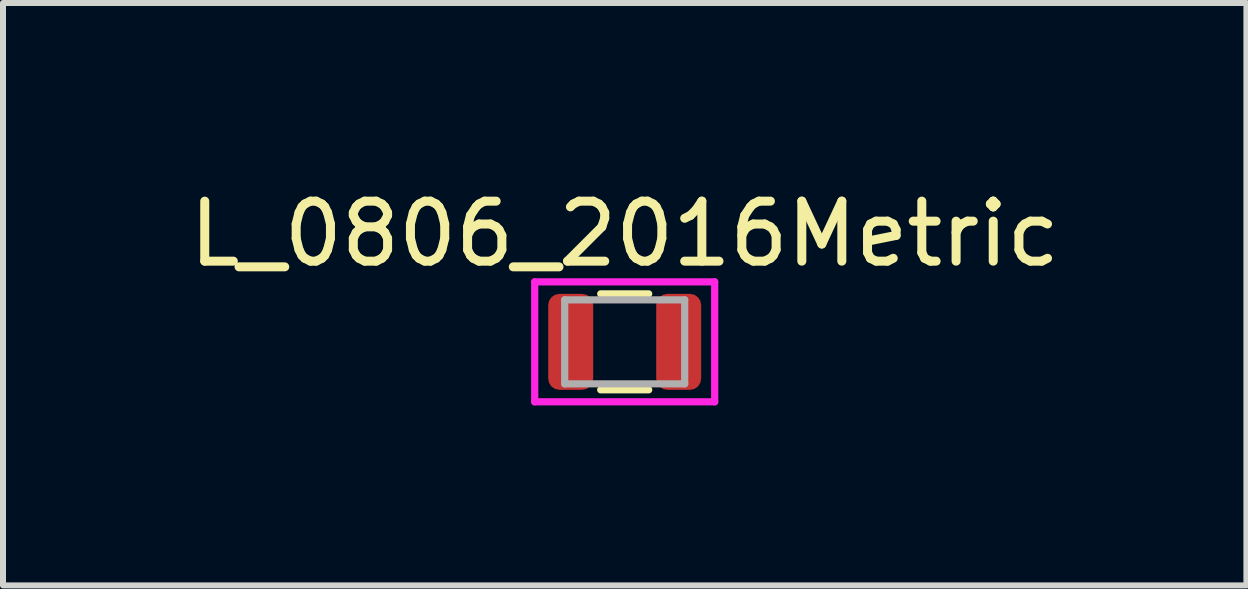
<source format=kicad_pcb>
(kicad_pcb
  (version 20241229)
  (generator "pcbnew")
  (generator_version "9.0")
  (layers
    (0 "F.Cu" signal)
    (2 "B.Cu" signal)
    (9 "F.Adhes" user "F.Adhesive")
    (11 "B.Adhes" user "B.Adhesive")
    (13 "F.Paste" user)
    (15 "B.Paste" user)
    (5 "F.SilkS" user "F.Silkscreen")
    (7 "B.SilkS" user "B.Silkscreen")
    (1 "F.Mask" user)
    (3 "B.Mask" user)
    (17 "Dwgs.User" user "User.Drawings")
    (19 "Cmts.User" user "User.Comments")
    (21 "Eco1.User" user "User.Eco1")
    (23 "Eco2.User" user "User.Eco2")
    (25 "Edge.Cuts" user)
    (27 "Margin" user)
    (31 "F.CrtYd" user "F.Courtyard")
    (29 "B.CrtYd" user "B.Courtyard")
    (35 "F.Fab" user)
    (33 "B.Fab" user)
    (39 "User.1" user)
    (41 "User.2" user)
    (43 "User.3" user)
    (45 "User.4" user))
  (footprint "L_0806_2016Metric"
    (layer "F.Cu")
    (at 7.363 2.648)
    (property "Reference" "L_0806_2016Metric" (at 0 -1.8 0) (layer "F.SilkS") (effects (font (size 1 1) (thickness 0.15))))
    (attr through_hole)
    (fp_line (start -0.4 -0.8) (end 0.4 -0.8) (stroke (width 0.12) (type solid)) (layer "F.SilkS"))
    (fp_line (start -0.4 0.8) (end 0.4 0.8) (stroke (width 0.12) (type solid)) (layer "F.SilkS"))
    (fp_line (start -1.5 -1) (end 1.5 -1) (stroke (width 0.12) (type solid)) (layer "F.CrtYd"))
    (fp_line (start -1.5 1) (end -1.5 -1) (stroke (width 0.12) (type solid)) (layer "F.CrtYd"))
    (fp_line (start -1.5 1) (end 1.5 1) (stroke (width 0.12) (type solid)) (layer "F.CrtYd"))
    (fp_line (start 1.5 -1) (end 1.5 1) (stroke (width 0.12) (type solid)) (layer "F.CrtYd"))
    (fp_line (start -1 -0.7) (end -1 0.7) (stroke (width 0.12) (type solid)) (layer "F.Fab"))
    (fp_line (start -1 -0.7) (end 1 -0.7) (stroke (width 0.12) (type solid)) (layer "F.Fab"))
    (fp_line (start -1 0.7) (end 1 0.7) (stroke (width 0.12) (type solid)) (layer "F.Fab"))
    (fp_line (start 1 -0.7) (end 1 0.7) (stroke (width 0.12) (type solid)) (layer "F.Fab"))
    (pad "1" smd roundrect (at -0.9 0) (size 0.75 1.6) (layers "F.Cu" "F.Mask" "F.Paste") (roundrect_rratio 0.25))
    (pad "2" smd roundrect (at 0.9 0) (size 0.75 1.6) (layers "F.Cu" "F.Mask" "F.Paste") (roundrect_rratio 0.25)))
  (gr_rect
    (start -3 -3)
    (end 17.726 6.708)
    (stroke (width 0.1) (type default))
    (fill no)
    (layer "Edge.Cuts")))
</source>
